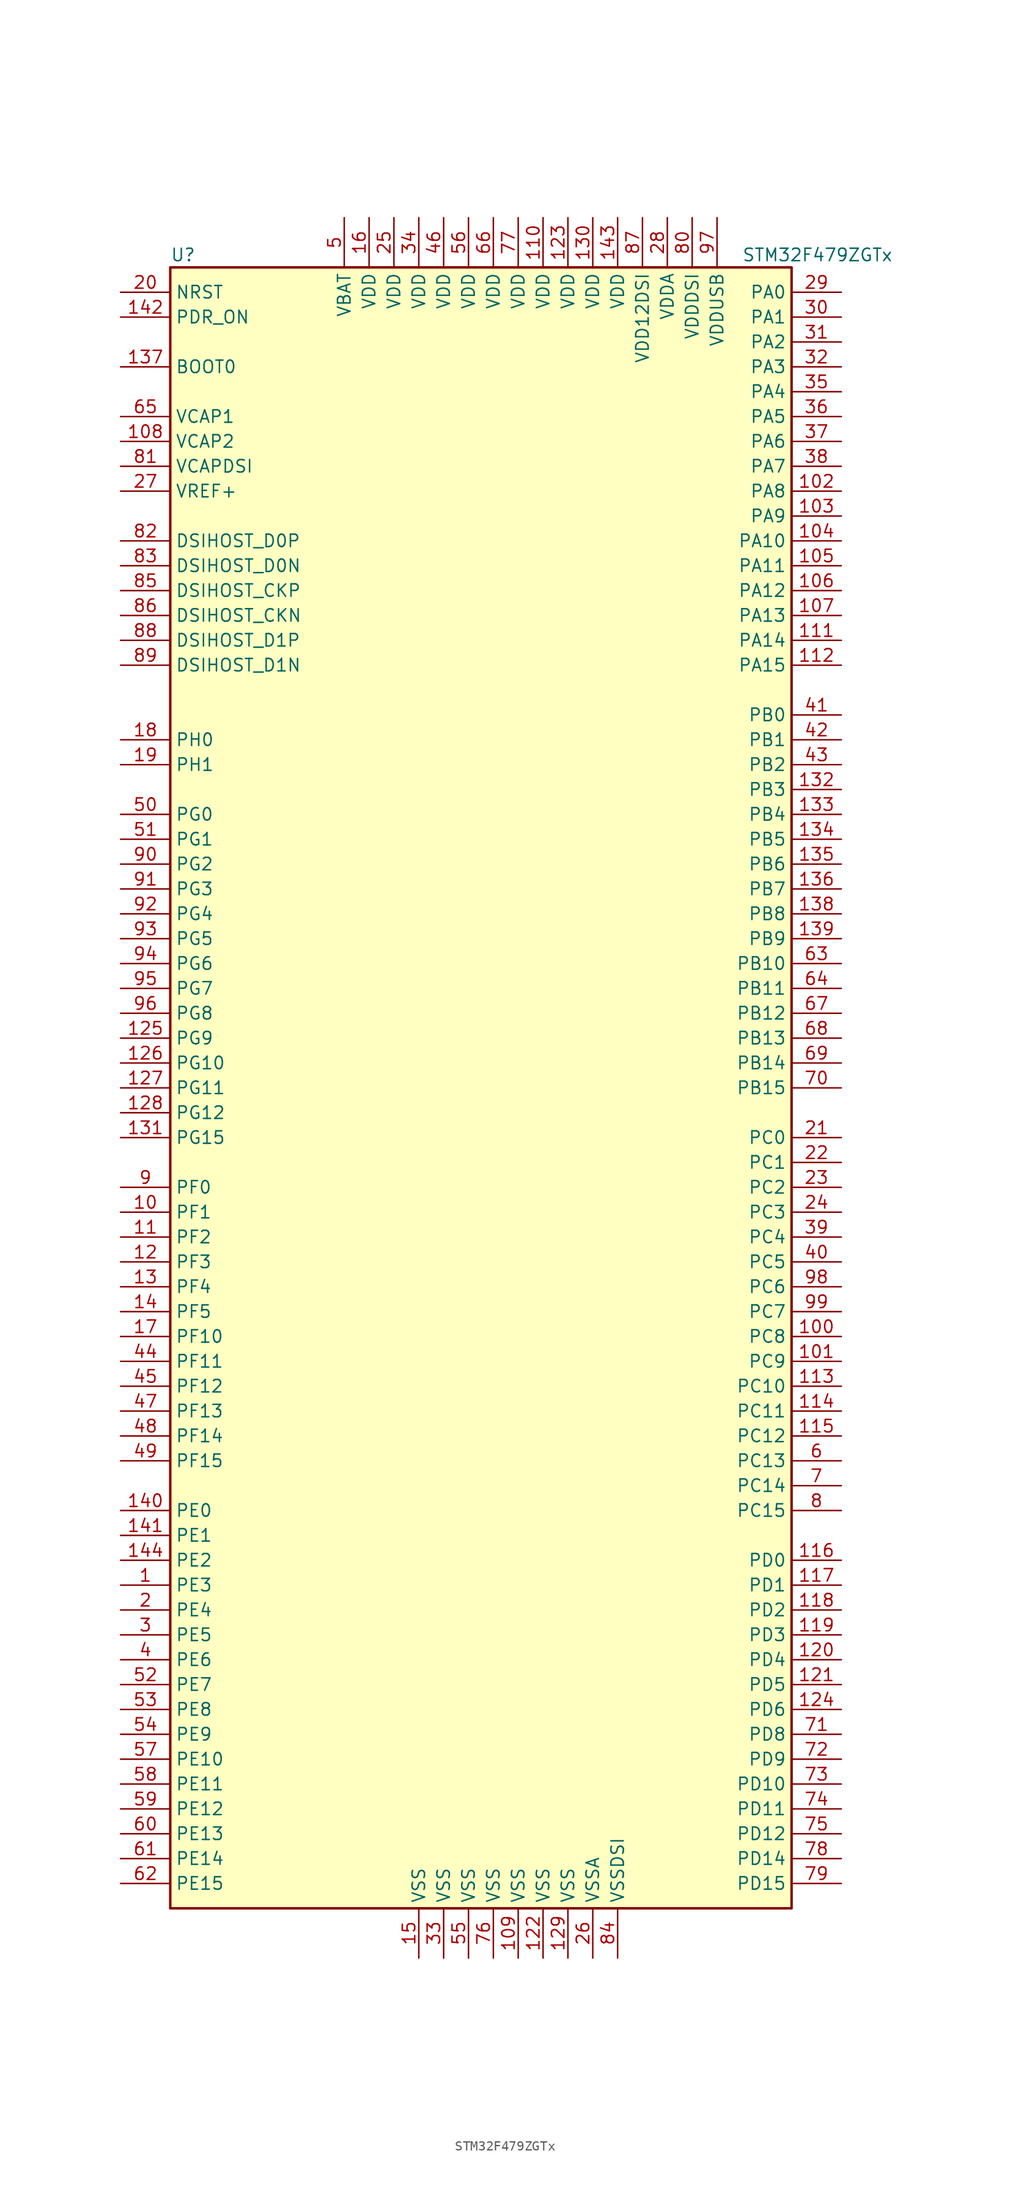
<source format=kicad_sym>
(kicad_symbol_lib
  (version 20211014)
  (generator kicad_symbol_editor)
  (symbol "STM32F479ZGTx"
    (property "Reference" "U"
      (at -33.02 85.09 0)
      (effects (font (size 1.27 1.27)) (justify left)))
    (property "Value" "STM32F479ZGTx"
      (at 25.4 85.09 0)
      (effects (font (size 1.27 1.27)) (justify left)))
    (symbol "STM32F479ZGTx_0_1"
      (rectangle (start -33.02 -83.82) (end 30.48 83.82) (stroke (width 0.254) (type default) (color 0 0 0 0)) (fill (type background))))
    (symbol "STM32F479ZGTx_1_1"
      (pin bidirectional line (at -38.1 -50.8 0) (length 5.08) (name "PE3" (effects (font (size 1.27 1.27)))) (number "1" (effects (font (size 1.27 1.27)))))
      (pin bidirectional line (at -38.1 -12.7 0) (length 5.08) (name "PF1" (effects (font (size 1.27 1.27)))) (number "10" (effects (font (size 1.27 1.27)))))
      (pin bidirectional line (at 35.56 -25.4 180) (length 5.08) (name "PC8" (effects (font (size 1.27 1.27)))) (number "100" (effects (font (size 1.27 1.27)))))
      (pin bidirectional line (at 35.56 -27.94 180) (length 5.08) (name "PC9" (effects (font (size 1.27 1.27)))) (number "101" (effects (font (size 1.27 1.27)))))
      (pin bidirectional line (at 35.56 60.96 180) (length 5.08) (name "PA8" (effects (font (size 1.27 1.27)))) (number "102" (effects (font (size 1.27 1.27)))))
      (pin bidirectional line (at 35.56 58.42 180) (length 5.08) (name "PA9" (effects (font (size 1.27 1.27)))) (number "103" (effects (font (size 1.27 1.27)))))
      (pin bidirectional line (at 35.56 55.88 180) (length 5.08) (name "PA10" (effects (font (size 1.27 1.27)))) (number "104" (effects (font (size 1.27 1.27)))))
      (pin bidirectional line (at 35.56 53.34 180) (length 5.08) (name "PA11" (effects (font (size 1.27 1.27)))) (number "105" (effects (font (size 1.27 1.27)))))
      (pin bidirectional line (at 35.56 50.8 180) (length 5.08) (name "PA12" (effects (font (size 1.27 1.27)))) (number "106" (effects (font (size 1.27 1.27)))))
      (pin bidirectional line (at 35.56 48.26 180) (length 5.08) (name "PA13" (effects (font (size 1.27 1.27)))) (number "107" (effects (font (size 1.27 1.27)))))
      (pin power_in line (at -38.1 66.04 0) (length 5.08) (name "VCAP2" (effects (font (size 1.27 1.27)))) (number "108" (effects (font (size 1.27 1.27)))))
      (pin power_in line (at 2.54 -88.9 90) (length 5.08) (name "VSS" (effects (font (size 1.27 1.27)))) (number "109" (effects (font (size 1.27 1.27)))))
      (pin bidirectional line (at -38.1 -15.24 0) (length 5.08) (name "PF2" (effects (font (size 1.27 1.27)))) (number "11" (effects (font (size 1.27 1.27)))))
      (pin power_in line (at 5.08 88.9 270) (length 5.08) (name "VDD" (effects (font (size 1.27 1.27)))) (number "110" (effects (font (size 1.27 1.27)))))
      (pin bidirectional line (at 35.56 45.72 180) (length 5.08) (name "PA14" (effects (font (size 1.27 1.27)))) (number "111" (effects (font (size 1.27 1.27)))))
      (pin bidirectional line (at 35.56 43.18 180) (length 5.08) (name "PA15" (effects (font (size 1.27 1.27)))) (number "112" (effects (font (size 1.27 1.27)))))
      (pin bidirectional line (at 35.56 -30.48 180) (length 5.08) (name "PC10" (effects (font (size 1.27 1.27)))) (number "113" (effects (font (size 1.27 1.27)))))
      (pin bidirectional line (at 35.56 -33.02 180) (length 5.08) (name "PC11" (effects (font (size 1.27 1.27)))) (number "114" (effects (font (size 1.27 1.27)))))
      (pin bidirectional line (at 35.56 -35.56 180) (length 5.08) (name "PC12" (effects (font (size 1.27 1.27)))) (number "115" (effects (font (size 1.27 1.27)))))
      (pin bidirectional line (at 35.56 -48.26 180) (length 5.08) (name "PD0" (effects (font (size 1.27 1.27)))) (number "116" (effects (font (size 1.27 1.27)))))
      (pin bidirectional line (at 35.56 -50.8 180) (length 5.08) (name "PD1" (effects (font (size 1.27 1.27)))) (number "117" (effects (font (size 1.27 1.27)))))
      (pin bidirectional line (at 35.56 -53.34 180) (length 5.08) (name "PD2" (effects (font (size 1.27 1.27)))) (number "118" (effects (font (size 1.27 1.27)))))
      (pin bidirectional line (at 35.56 -55.88 180) (length 5.08) (name "PD3" (effects (font (size 1.27 1.27)))) (number "119" (effects (font (size 1.27 1.27)))))
      (pin bidirectional line (at -38.1 -17.78 0) (length 5.08) (name "PF3" (effects (font (size 1.27 1.27)))) (number "12" (effects (font (size 1.27 1.27)))))
      (pin bidirectional line (at 35.56 -58.42 180) (length 5.08) (name "PD4" (effects (font (size 1.27 1.27)))) (number "120" (effects (font (size 1.27 1.27)))))
      (pin bidirectional line (at 35.56 -60.96 180) (length 5.08) (name "PD5" (effects (font (size 1.27 1.27)))) (number "121" (effects (font (size 1.27 1.27)))))
      (pin power_in line (at 5.08 -88.9 90) (length 5.08) (name "VSS" (effects (font (size 1.27 1.27)))) (number "122" (effects (font (size 1.27 1.27)))))
      (pin power_in line (at 7.62 88.9 270) (length 5.08) (name "VDD" (effects (font (size 1.27 1.27)))) (number "123" (effects (font (size 1.27 1.27)))))
      (pin bidirectional line (at 35.56 -63.5 180) (length 5.08) (name "PD6" (effects (font (size 1.27 1.27)))) (number "124" (effects (font (size 1.27 1.27)))))
      (pin bidirectional line (at -38.1 5.08 0) (length 5.08) (name "PG9" (effects (font (size 1.27 1.27)))) (number "125" (effects (font (size 1.27 1.27)))))
      (pin bidirectional line (at -38.1 2.54 0) (length 5.08) (name "PG10" (effects (font (size 1.27 1.27)))) (number "126" (effects (font (size 1.27 1.27)))))
      (pin bidirectional line (at -38.1 0 0) (length 5.08) (name "PG11" (effects (font (size 1.27 1.27)))) (number "127" (effects (font (size 1.27 1.27)))))
      (pin bidirectional line (at -38.1 -2.54 0) (length 5.08) (name "PG12" (effects (font (size 1.27 1.27)))) (number "128" (effects (font (size 1.27 1.27)))))
      (pin power_in line (at 7.62 -88.9 90) (length 5.08) (name "VSS" (effects (font (size 1.27 1.27)))) (number "129" (effects (font (size 1.27 1.27)))))
      (pin bidirectional line (at -38.1 -20.32 0) (length 5.08) (name "PF4" (effects (font (size 1.27 1.27)))) (number "13" (effects (font (size 1.27 1.27)))))
      (pin power_in line (at 10.16 88.9 270) (length 5.08) (name "VDD" (effects (font (size 1.27 1.27)))) (number "130" (effects (font (size 1.27 1.27)))))
      (pin bidirectional line (at -38.1 -5.08 0) (length 5.08) (name "PG15" (effects (font (size 1.27 1.27)))) (number "131" (effects (font (size 1.27 1.27)))))
      (pin bidirectional line (at 35.56 30.48 180) (length 5.08) (name "PB3" (effects (font (size 1.27 1.27)))) (number "132" (effects (font (size 1.27 1.27)))))
      (pin bidirectional line (at 35.56 27.94 180) (length 5.08) (name "PB4" (effects (font (size 1.27 1.27)))) (number "133" (effects (font (size 1.27 1.27)))))
      (pin bidirectional line (at 35.56 25.4 180) (length 5.08) (name "PB5" (effects (font (size 1.27 1.27)))) (number "134" (effects (font (size 1.27 1.27)))))
      (pin bidirectional line (at 35.56 22.86 180) (length 5.08) (name "PB6" (effects (font (size 1.27 1.27)))) (number "135" (effects (font (size 1.27 1.27)))))
      (pin bidirectional line (at 35.56 20.32 180) (length 5.08) (name "PB7" (effects (font (size 1.27 1.27)))) (number "136" (effects (font (size 1.27 1.27)))))
      (pin input line (at -38.1 73.66 0) (length 5.08) (name "BOOT0" (effects (font (size 1.27 1.27)))) (number "137" (effects (font (size 1.27 1.27)))))
      (pin bidirectional line (at 35.56 17.78 180) (length 5.08) (name "PB8" (effects (font (size 1.27 1.27)))) (number "138" (effects (font (size 1.27 1.27)))))
      (pin bidirectional line (at 35.56 15.24 180) (length 5.08) (name "PB9" (effects (font (size 1.27 1.27)))) (number "139" (effects (font (size 1.27 1.27)))))
      (pin bidirectional line (at -38.1 -22.86 0) (length 5.08) (name "PF5" (effects (font (size 1.27 1.27)))) (number "14" (effects (font (size 1.27 1.27)))))
      (pin bidirectional line (at -38.1 -43.18 0) (length 5.08) (name "PE0" (effects (font (size 1.27 1.27)))) (number "140" (effects (font (size 1.27 1.27)))))
      (pin bidirectional line (at -38.1 -45.72 0) (length 5.08) (name "PE1" (effects (font (size 1.27 1.27)))) (number "141" (effects (font (size 1.27 1.27)))))
      (pin input line (at -38.1 78.74 0) (length 5.08) (name "PDR_ON" (effects (font (size 1.27 1.27)))) (number "142" (effects (font (size 1.27 1.27)))))
      (pin power_in line (at 12.7 88.9 270) (length 5.08) (name "VDD" (effects (font (size 1.27 1.27)))) (number "143" (effects (font (size 1.27 1.27)))))
      (pin bidirectional line (at -38.1 -48.26 0) (length 5.08) (name "PE2" (effects (font (size 1.27 1.27)))) (number "144" (effects (font (size 1.27 1.27)))))
      (pin power_in line (at -7.62 -88.9 90) (length 5.08) (name "VSS" (effects (font (size 1.27 1.27)))) (number "15" (effects (font (size 1.27 1.27)))))
      (pin power_in line (at -12.7 88.9 270) (length 5.08) (name "VDD" (effects (font (size 1.27 1.27)))) (number "16" (effects (font (size 1.27 1.27)))))
      (pin bidirectional line (at -38.1 -25.4 0) (length 5.08) (name "PF10" (effects (font (size 1.27 1.27)))) (number "17" (effects (font (size 1.27 1.27)))))
      (pin input line (at -38.1 35.56 0) (length 5.08) (name "PH0" (effects (font (size 1.27 1.27)))) (number "18" (effects (font (size 1.27 1.27)))))
      (pin input line (at -38.1 33.02 0) (length 5.08) (name "PH1" (effects (font (size 1.27 1.27)))) (number "19" (effects (font (size 1.27 1.27)))))
      (pin bidirectional line (at -38.1 -53.34 0) (length 5.08) (name "PE4" (effects (font (size 1.27 1.27)))) (number "2" (effects (font (size 1.27 1.27)))))
      (pin input line (at -38.1 81.28 0) (length 5.08) (name "NRST" (effects (font (size 1.27 1.27)))) (number "20" (effects (font (size 1.27 1.27)))))
      (pin bidirectional line (at 35.56 -5.08 180) (length 5.08) (name "PC0" (effects (font (size 1.27 1.27)))) (number "21" (effects (font (size 1.27 1.27)))))
      (pin bidirectional line (at 35.56 -7.62 180) (length 5.08) (name "PC1" (effects (font (size 1.27 1.27)))) (number "22" (effects (font (size 1.27 1.27)))))
      (pin bidirectional line (at 35.56 -10.16 180) (length 5.08) (name "PC2" (effects (font (size 1.27 1.27)))) (number "23" (effects (font (size 1.27 1.27)))))
      (pin bidirectional line (at 35.56 -12.7 180) (length 5.08) (name "PC3" (effects (font (size 1.27 1.27)))) (number "24" (effects (font (size 1.27 1.27)))))
      (pin power_in line (at -10.16 88.9 270) (length 5.08) (name "VDD" (effects (font (size 1.27 1.27)))) (number "25" (effects (font (size 1.27 1.27)))))
      (pin power_in line (at 10.16 -88.9 90) (length 5.08) (name "VSSA" (effects (font (size 1.27 1.27)))) (number "26" (effects (font (size 1.27 1.27)))))
      (pin power_in line (at -38.1 60.96 0) (length 5.08) (name "VREF+" (effects (font (size 1.27 1.27)))) (number "27" (effects (font (size 1.27 1.27)))))
      (pin power_in line (at 17.78 88.9 270) (length 5.08) (name "VDDA" (effects (font (size 1.27 1.27)))) (number "28" (effects (font (size 1.27 1.27)))))
      (pin bidirectional line (at 35.56 81.28 180) (length 5.08) (name "PA0" (effects (font (size 1.27 1.27)))) (number "29" (effects (font (size 1.27 1.27)))))
      (pin bidirectional line (at -38.1 -55.88 0) (length 5.08) (name "PE5" (effects (font (size 1.27 1.27)))) (number "3" (effects (font (size 1.27 1.27)))))
      (pin bidirectional line (at 35.56 78.74 180) (length 5.08) (name "PA1" (effects (font (size 1.27 1.27)))) (number "30" (effects (font (size 1.27 1.27)))))
      (pin bidirectional line (at 35.56 76.2 180) (length 5.08) (name "PA2" (effects (font (size 1.27 1.27)))) (number "31" (effects (font (size 1.27 1.27)))))
      (pin bidirectional line (at 35.56 73.66 180) (length 5.08) (name "PA3" (effects (font (size 1.27 1.27)))) (number "32" (effects (font (size 1.27 1.27)))))
      (pin power_in line (at -5.08 -88.9 90) (length 5.08) (name "VSS" (effects (font (size 1.27 1.27)))) (number "33" (effects (font (size 1.27 1.27)))))
      (pin power_in line (at -7.62 88.9 270) (length 5.08) (name "VDD" (effects (font (size 1.27 1.27)))) (number "34" (effects (font (size 1.27 1.27)))))
      (pin bidirectional line (at 35.56 71.12 180) (length 5.08) (name "PA4" (effects (font (size 1.27 1.27)))) (number "35" (effects (font (size 1.27 1.27)))))
      (pin bidirectional line (at 35.56 68.58 180) (length 5.08) (name "PA5" (effects (font (size 1.27 1.27)))) (number "36" (effects (font (size 1.27 1.27)))))
      (pin bidirectional line (at 35.56 66.04 180) (length 5.08) (name "PA6" (effects (font (size 1.27 1.27)))) (number "37" (effects (font (size 1.27 1.27)))))
      (pin bidirectional line (at 35.56 63.5 180) (length 5.08) (name "PA7" (effects (font (size 1.27 1.27)))) (number "38" (effects (font (size 1.27 1.27)))))
      (pin bidirectional line (at 35.56 -15.24 180) (length 5.08) (name "PC4" (effects (font (size 1.27 1.27)))) (number "39" (effects (font (size 1.27 1.27)))))
      (pin bidirectional line (at -38.1 -58.42 0) (length 5.08) (name "PE6" (effects (font (size 1.27 1.27)))) (number "4" (effects (font (size 1.27 1.27)))))
      (pin bidirectional line (at 35.56 -17.78 180) (length 5.08) (name "PC5" (effects (font (size 1.27 1.27)))) (number "40" (effects (font (size 1.27 1.27)))))
      (pin bidirectional line (at 35.56 38.1 180) (length 5.08) (name "PB0" (effects (font (size 1.27 1.27)))) (number "41" (effects (font (size 1.27 1.27)))))
      (pin bidirectional line (at 35.56 35.56 180) (length 5.08) (name "PB1" (effects (font (size 1.27 1.27)))) (number "42" (effects (font (size 1.27 1.27)))))
      (pin bidirectional line (at 35.56 33.02 180) (length 5.08) (name "PB2" (effects (font (size 1.27 1.27)))) (number "43" (effects (font (size 1.27 1.27)))))
      (pin bidirectional line (at -38.1 -27.94 0) (length 5.08) (name "PF11" (effects (font (size 1.27 1.27)))) (number "44" (effects (font (size 1.27 1.27)))))
      (pin bidirectional line (at -38.1 -30.48 0) (length 5.08) (name "PF12" (effects (font (size 1.27 1.27)))) (number "45" (effects (font (size 1.27 1.27)))))
      (pin power_in line (at -5.08 88.9 270) (length 5.08) (name "VDD" (effects (font (size 1.27 1.27)))) (number "46" (effects (font (size 1.27 1.27)))))
      (pin bidirectional line (at -38.1 -33.02 0) (length 5.08) (name "PF13" (effects (font (size 1.27 1.27)))) (number "47" (effects (font (size 1.27 1.27)))))
      (pin bidirectional line (at -38.1 -35.56 0) (length 5.08) (name "PF14" (effects (font (size 1.27 1.27)))) (number "48" (effects (font (size 1.27 1.27)))))
      (pin bidirectional line (at -38.1 -38.1 0) (length 5.08) (name "PF15" (effects (font (size 1.27 1.27)))) (number "49" (effects (font (size 1.27 1.27)))))
      (pin power_in line (at -15.24 88.9 270) (length 5.08) (name "VBAT" (effects (font (size 1.27 1.27)))) (number "5" (effects (font (size 1.27 1.27)))))
      (pin bidirectional line (at -38.1 27.94 0) (length 5.08) (name "PG0" (effects (font (size 1.27 1.27)))) (number "50" (effects (font (size 1.27 1.27)))))
      (pin bidirectional line (at -38.1 25.4 0) (length 5.08) (name "PG1" (effects (font (size 1.27 1.27)))) (number "51" (effects (font (size 1.27 1.27)))))
      (pin bidirectional line (at -38.1 -60.96 0) (length 5.08) (name "PE7" (effects (font (size 1.27 1.27)))) (number "52" (effects (font (size 1.27 1.27)))))
      (pin bidirectional line (at -38.1 -63.5 0) (length 5.08) (name "PE8" (effects (font (size 1.27 1.27)))) (number "53" (effects (font (size 1.27 1.27)))))
      (pin bidirectional line (at -38.1 -66.04 0) (length 5.08) (name "PE9" (effects (font (size 1.27 1.27)))) (number "54" (effects (font (size 1.27 1.27)))))
      (pin power_in line (at -2.54 -88.9 90) (length 5.08) (name "VSS" (effects (font (size 1.27 1.27)))) (number "55" (effects (font (size 1.27 1.27)))))
      (pin power_in line (at -2.54 88.9 270) (length 5.08) (name "VDD" (effects (font (size 1.27 1.27)))) (number "56" (effects (font (size 1.27 1.27)))))
      (pin bidirectional line (at -38.1 -68.58 0) (length 5.08) (name "PE10" (effects (font (size 1.27 1.27)))) (number "57" (effects (font (size 1.27 1.27)))))
      (pin bidirectional line (at -38.1 -71.12 0) (length 5.08) (name "PE11" (effects (font (size 1.27 1.27)))) (number "58" (effects (font (size 1.27 1.27)))))
      (pin bidirectional line (at -38.1 -73.66 0) (length 5.08) (name "PE12" (effects (font (size 1.27 1.27)))) (number "59" (effects (font (size 1.27 1.27)))))
      (pin bidirectional line (at 35.56 -38.1 180) (length 5.08) (name "PC13" (effects (font (size 1.27 1.27)))) (number "6" (effects (font (size 1.27 1.27)))))
      (pin bidirectional line (at -38.1 -76.2 0) (length 5.08) (name "PE13" (effects (font (size 1.27 1.27)))) (number "60" (effects (font (size 1.27 1.27)))))
      (pin bidirectional line (at -38.1 -78.74 0) (length 5.08) (name "PE14" (effects (font (size 1.27 1.27)))) (number "61" (effects (font (size 1.27 1.27)))))
      (pin bidirectional line (at -38.1 -81.28 0) (length 5.08) (name "PE15" (effects (font (size 1.27 1.27)))) (number "62" (effects (font (size 1.27 1.27)))))
      (pin bidirectional line (at 35.56 12.7 180) (length 5.08) (name "PB10" (effects (font (size 1.27 1.27)))) (number "63" (effects (font (size 1.27 1.27)))))
      (pin bidirectional line (at 35.56 10.16 180) (length 5.08) (name "PB11" (effects (font (size 1.27 1.27)))) (number "64" (effects (font (size 1.27 1.27)))))
      (pin power_in line (at -38.1 68.58 0) (length 5.08) (name "VCAP1" (effects (font (size 1.27 1.27)))) (number "65" (effects (font (size 1.27 1.27)))))
      (pin power_in line (at 0 88.9 270) (length 5.08) (name "VDD" (effects (font (size 1.27 1.27)))) (number "66" (effects (font (size 1.27 1.27)))))
      (pin bidirectional line (at 35.56 7.62 180) (length 5.08) (name "PB12" (effects (font (size 1.27 1.27)))) (number "67" (effects (font (size 1.27 1.27)))))
      (pin bidirectional line (at 35.56 5.08 180) (length 5.08) (name "PB13" (effects (font (size 1.27 1.27)))) (number "68" (effects (font (size 1.27 1.27)))))
      (pin bidirectional line (at 35.56 2.54 180) (length 5.08) (name "PB14" (effects (font (size 1.27 1.27)))) (number "69" (effects (font (size 1.27 1.27)))))
      (pin bidirectional line (at 35.56 -40.64 180) (length 5.08) (name "PC14" (effects (font (size 1.27 1.27)))) (number "7" (effects (font (size 1.27 1.27)))))
      (pin bidirectional line (at 35.56 0 180) (length 5.08) (name "PB15" (effects (font (size 1.27 1.27)))) (number "70" (effects (font (size 1.27 1.27)))))
      (pin bidirectional line (at 35.56 -66.04 180) (length 5.08) (name "PD8" (effects (font (size 1.27 1.27)))) (number "71" (effects (font (size 1.27 1.27)))))
      (pin bidirectional line (at 35.56 -68.58 180) (length 5.08) (name "PD9" (effects (font (size 1.27 1.27)))) (number "72" (effects (font (size 1.27 1.27)))))
      (pin bidirectional line (at 35.56 -71.12 180) (length 5.08) (name "PD10" (effects (font (size 1.27 1.27)))) (number "73" (effects (font (size 1.27 1.27)))))
      (pin bidirectional line (at 35.56 -73.66 180) (length 5.08) (name "PD11" (effects (font (size 1.27 1.27)))) (number "74" (effects (font (size 1.27 1.27)))))
      (pin bidirectional line (at 35.56 -76.2 180) (length 5.08) (name "PD12" (effects (font (size 1.27 1.27)))) (number "75" (effects (font (size 1.27 1.27)))))
      (pin power_in line (at 0 -88.9 90) (length 5.08) (name "VSS" (effects (font (size 1.27 1.27)))) (number "76" (effects (font (size 1.27 1.27)))))
      (pin power_in line (at 2.54 88.9 270) (length 5.08) (name "VDD" (effects (font (size 1.27 1.27)))) (number "77" (effects (font (size 1.27 1.27)))))
      (pin bidirectional line (at 35.56 -78.74 180) (length 5.08) (name "PD14" (effects (font (size 1.27 1.27)))) (number "78" (effects (font (size 1.27 1.27)))))
      (pin bidirectional line (at 35.56 -81.28 180) (length 5.08) (name "PD15" (effects (font (size 1.27 1.27)))) (number "79" (effects (font (size 1.27 1.27)))))
      (pin bidirectional line (at 35.56 -43.18 180) (length 5.08) (name "PC15" (effects (font (size 1.27 1.27)))) (number "8" (effects (font (size 1.27 1.27)))))
      (pin power_in line (at 20.32 88.9 270) (length 5.08) (name "VDDDSI" (effects (font (size 1.27 1.27)))) (number "80" (effects (font (size 1.27 1.27)))))
      (pin power_in line (at -38.1 63.5 0) (length 5.08) (name "VCAPDSI" (effects (font (size 1.27 1.27)))) (number "81" (effects (font (size 1.27 1.27)))))
      (pin bidirectional line (at -38.1 55.88 0) (length 5.08) (name "DSIHOST_D0P" (effects (font (size 1.27 1.27)))) (number "82" (effects (font (size 1.27 1.27)))))
      (pin bidirectional line (at -38.1 53.34 0) (length 5.08) (name "DSIHOST_D0N" (effects (font (size 1.27 1.27)))) (number "83" (effects (font (size 1.27 1.27)))))
      (pin power_in line (at 12.7 -88.9 90) (length 5.08) (name "VSSDSI" (effects (font (size 1.27 1.27)))) (number "84" (effects (font (size 1.27 1.27)))))
      (pin bidirectional line (at -38.1 50.8 0) (length 5.08) (name "DSIHOST_CKP" (effects (font (size 1.27 1.27)))) (number "85" (effects (font (size 1.27 1.27)))))
      (pin bidirectional line (at -38.1 48.26 0) (length 5.08) (name "DSIHOST_CKN" (effects (font (size 1.27 1.27)))) (number "86" (effects (font (size 1.27 1.27)))))
      (pin power_in line (at 15.24 88.9 270) (length 5.08) (name "VDD12DSI" (effects (font (size 1.27 1.27)))) (number "87" (effects (font (size 1.27 1.27)))))
      (pin bidirectional line (at -38.1 45.72 0) (length 5.08) (name "DSIHOST_D1P" (effects (font (size 1.27 1.27)))) (number "88" (effects (font (size 1.27 1.27)))))
      (pin bidirectional line (at -38.1 43.18 0) (length 5.08) (name "DSIHOST_D1N" (effects (font (size 1.27 1.27)))) (number "89" (effects (font (size 1.27 1.27)))))
      (pin bidirectional line (at -38.1 -10.16 0) (length 5.08) (name "PF0" (effects (font (size 1.27 1.27)))) (number "9" (effects (font (size 1.27 1.27)))))
      (pin bidirectional line (at -38.1 22.86 0) (length 5.08) (name "PG2" (effects (font (size 1.27 1.27)))) (number "90" (effects (font (size 1.27 1.27)))))
      (pin bidirectional line (at -38.1 20.32 0) (length 5.08) (name "PG3" (effects (font (size 1.27 1.27)))) (number "91" (effects (font (size 1.27 1.27)))))
      (pin bidirectional line (at -38.1 17.78 0) (length 5.08) (name "PG4" (effects (font (size 1.27 1.27)))) (number "92" (effects (font (size 1.27 1.27)))))
      (pin bidirectional line (at -38.1 15.24 0) (length 5.08) (name "PG5" (effects (font (size 1.27 1.27)))) (number "93" (effects (font (size 1.27 1.27)))))
      (pin bidirectional line (at -38.1 12.7 0) (length 5.08) (name "PG6" (effects (font (size 1.27 1.27)))) (number "94" (effects (font (size 1.27 1.27)))))
      (pin bidirectional line (at -38.1 10.16 0) (length 5.08) (name "PG7" (effects (font (size 1.27 1.27)))) (number "95" (effects (font (size 1.27 1.27)))))
      (pin bidirectional line (at -38.1 7.62 0) (length 5.08) (name "PG8" (effects (font (size 1.27 1.27)))) (number "96" (effects (font (size 1.27 1.27)))))
      (pin power_in line (at 22.86 88.9 270) (length 5.08) (name "VDDUSB" (effects (font (size 1.27 1.27)))) (number "97" (effects (font (size 1.27 1.27)))))
      (pin bidirectional line (at 35.56 -20.32 180) (length 5.08) (name "PC6" (effects (font (size 1.27 1.27)))) (number "98" (effects (font (size 1.27 1.27)))))
      (pin bidirectional line (at 35.56 -22.86 180) (length 5.08) (name "PC7" (effects (font (size 1.27 1.27)))) (number "99" (effects (font (size 1.27 1.27))))))))
</source>
